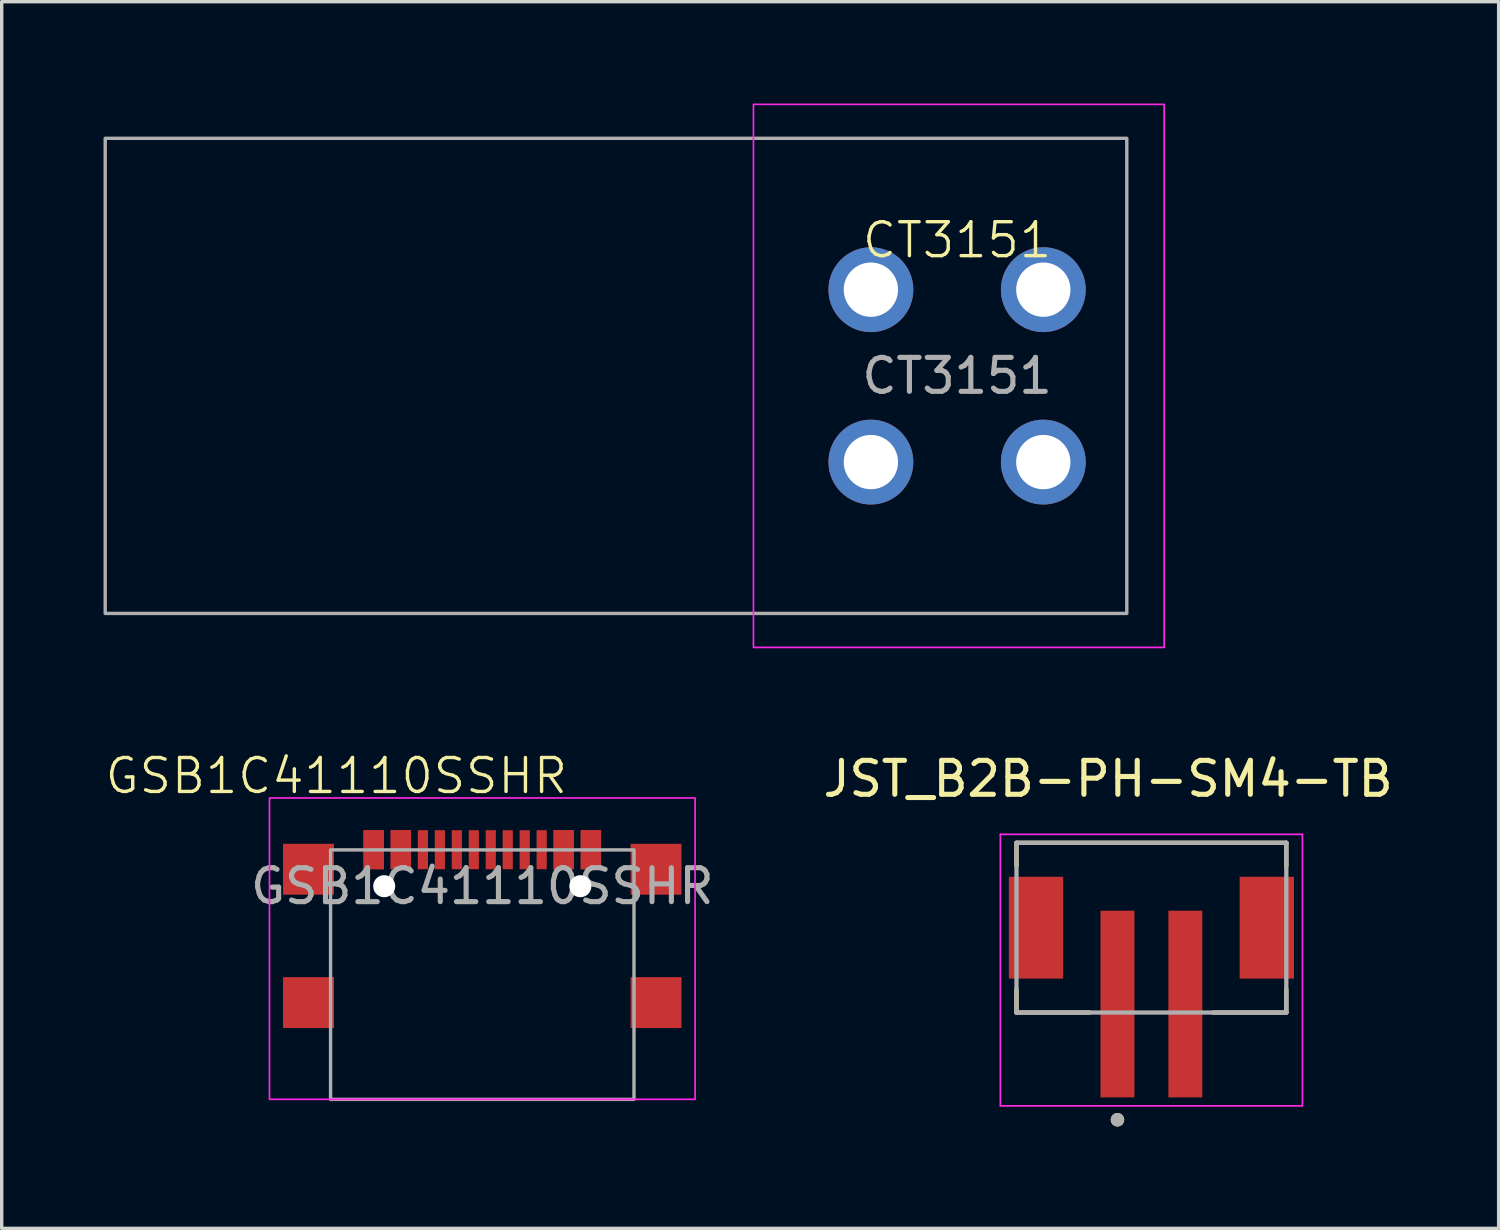
<source format=kicad_pcb>
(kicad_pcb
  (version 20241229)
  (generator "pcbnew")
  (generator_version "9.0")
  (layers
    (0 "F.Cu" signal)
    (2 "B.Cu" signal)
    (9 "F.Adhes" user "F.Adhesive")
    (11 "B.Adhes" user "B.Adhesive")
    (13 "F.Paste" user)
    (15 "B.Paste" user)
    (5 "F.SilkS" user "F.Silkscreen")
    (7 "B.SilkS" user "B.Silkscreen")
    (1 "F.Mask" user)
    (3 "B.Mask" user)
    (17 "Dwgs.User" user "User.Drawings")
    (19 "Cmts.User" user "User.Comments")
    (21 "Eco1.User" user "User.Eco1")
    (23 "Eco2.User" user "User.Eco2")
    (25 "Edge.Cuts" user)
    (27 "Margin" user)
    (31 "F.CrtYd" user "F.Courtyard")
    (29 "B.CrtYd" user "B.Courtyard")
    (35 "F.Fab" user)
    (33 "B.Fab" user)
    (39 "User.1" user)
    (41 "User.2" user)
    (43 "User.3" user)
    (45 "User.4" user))
  (footprint "GSB1C41110SSHR"
    (layer "F.Cu")
    (at 11.16 23.061)
    (property "Reference" "GSB1C41110SSHR" (at -4.3 -3.25 0) (unlocked yes) (layer "F.SilkS") (effects (font (size 1 1) (thickness 0.1))))
    (attr smd)
    (fp_rect (start -6.27 -2.6) (end 6.27 6.28) (stroke (width 0.05) (type default)) (fill no) (layer "F.CrtYd"))
    (fp_rect (start -4.47 -1.07) (end 4.47 6.28) (stroke (width 0.1) (type default)) (fill no) (layer "F.Fab"))
    (fp_text user "${REFERENCE}" (at 0 0 0) (unlocked yes) (layer "F.Fab") (effects (font (size 1 1) (thickness 0.15))))
    (pad "" np_thru_hole circle (at -2.89 0) (size 0.65 0.65) (drill 0.65) (layers "*.Cu" "*.Mask"))
    (pad "" np_thru_hole circle (at 2.89 0) (size 0.65 0.65) (drill 0.65) (layers "*.Cu" "*.Mask"))
    (pad "A1" smd rect (at -3.2 -1.075) (size 0.6 1.15) (layers "F.Cu" "F.Mask" "F.Paste"))
    (pad "A4" smd rect (at -2.4 -1.075) (size 0.6 1.15) (layers "F.Cu" "F.Mask" "F.Paste"))
    (pad "A5" smd rect (at -1.25 -1.075) (size 0.3 1.15) (layers "F.Cu" "F.Mask" "F.Paste"))
    (pad "A6" smd rect (at -0.25 -1.075) (size 0.3 1.15) (layers "F.Cu" "F.Mask" "F.Paste"))
    (pad "A7" smd rect (at 0.25 -1.075) (size 0.3 1.15) (layers "F.Cu" "F.Mask" "F.Paste"))
    (pad "A8" smd rect (at 1.25 -1.075) (size 0.3 1.15) (layers "F.Cu" "F.Mask" "F.Paste"))
    (pad "A9" smd rect (at 2.4 -1.075) (size 0.6 1.15) (layers "F.Cu" "F.Mask" "F.Paste"))
    (pad "A12" smd rect (at 3.2 -1.075) (size 0.6 1.15) (layers "F.Cu" "F.Mask" "F.Paste"))
    (pad "B1" smd rect (at 3.2 -1.075) (size 0.6 1.15) (layers "F.Cu" "F.Mask" "F.Paste"))
    (pad "B4" smd rect (at 2.4 -1.075) (size 0.6 1.15) (layers "F.Cu" "F.Mask" "F.Paste"))
    (pad "B5" smd rect (at 1.75 -1.075) (size 0.3 1.15) (layers "F.Cu" "F.Mask" "F.Paste"))
    (pad "B6" smd rect (at 0.75 -1.075) (size 0.3 1.15) (layers "F.Cu" "F.Mask" "F.Paste"))
    (pad "B7" smd rect (at -0.75 -1.075) (size 0.3 1.15) (layers "F.Cu" "F.Mask" "F.Paste"))
    (pad "B8" smd rect (at -1.75 -1.075) (size 0.3 1.15) (layers "F.Cu" "F.Mask" "F.Paste"))
    (pad "B9" smd rect (at -2.4 -1.075) (size 0.6 1.15) (layers "F.Cu" "F.Mask" "F.Paste"))
    (pad "B12" smd rect (at -3.2 -1.075) (size 0.6 1.15) (layers "F.Cu" "F.Mask" "F.Paste"))
    (pad "S1" smd rect (at -5.12 -0.5 90) (size 1.5 1.5) (layers "F.Cu" "F.Mask" "F.Paste"))
    (pad "S1" smd rect (at -5.12 3.43) (size 1.5 1.5) (layers "F.Cu" "F.Mask" "F.Paste"))
    (pad "S1" smd rect (at 5.12 -0.5) (size 1.5 1.5) (layers "F.Cu" "F.Mask" "F.Paste"))
    (pad "S1" smd rect (at 5.12 3.43) (size 1.5 1.5) (layers "F.Cu" "F.Mask" "F.Paste")))
  (footprint "JST_B2B-PH-SM4-TB"
    (layer "F.Cu")
    (at 30.875 24.283)
    (property "Reference" "JST_B2B-PH-SM4-TB" (at -1.275 -4.385 0) (layer "F.SilkS") (effects (font (size 1 1) (thickness 0.15))))
    (attr smd)
    (fp_line (start -3.975 -2.5) (end 3.975 -2.5) (stroke (width 0.127) (type solid)) (layer "F.SilkS"))
    (fp_line (start -3.975 -1.82) (end -3.975 -2.5) (stroke (width 0.127) (type solid)) (layer "F.SilkS"))
    (fp_line (start -3.975 2.5) (end -3.975 1.82) (stroke (width 0.127) (type solid)) (layer "F.SilkS"))
    (fp_line (start -1.82 2.5) (end -3.975 2.5) (stroke (width 0.127) (type solid)) (layer "F.SilkS"))
    (fp_line (start 3.975 -2.5) (end 3.975 -1.82) (stroke (width 0.127) (type solid)) (layer "F.SilkS"))
    (fp_line (start 3.975 2.5) (end 1.82 2.5) (stroke (width 0.127) (type solid)) (layer "F.SilkS"))
    (fp_line (start 3.975 2.5) (end 3.975 1.82) (stroke (width 0.127) (type solid)) (layer "F.SilkS"))
    (fp_circle (center -1 5.66) (end -0.9 5.66) (stroke (width 0.2) (type solid)) (fill no) (layer "F.SilkS"))
    (fp_line (start -4.45 -2.75) (end -4.45 5.25) (stroke (width 0.05) (type solid)) (layer "F.CrtYd"))
    (fp_line (start -4.45 5.25) (end 4.45 5.25) (stroke (width 0.05) (type solid)) (layer "F.CrtYd"))
    (fp_line (start 4.45 -2.75) (end -4.45 -2.75) (stroke (width 0.05) (type solid)) (layer "F.CrtYd"))
    (fp_line (start 4.45 5.25) (end 4.45 -2.75) (stroke (width 0.05) (type solid)) (layer "F.CrtYd"))
    (fp_line (start -3.975 -2.5) (end 3.975 -2.5) (stroke (width 0.127) (type solid)) (layer "F.Fab"))
    (fp_line (start -3.975 2.5) (end -3.975 -2.5) (stroke (width 0.127) (type solid)) (layer "F.Fab"))
    (fp_line (start 3.975 -2.5) (end 3.975 2.5) (stroke (width 0.127) (type solid)) (layer "F.Fab"))
    (fp_line (start 3.975 2.5) (end -3.975 2.5) (stroke (width 0.127) (type solid)) (layer "F.Fab"))
    (fp_circle (center -1 5.66) (end -0.9 5.66) (stroke (width 0.2) (type solid)) (fill no) (layer "F.Fab"))
    (pad "1" smd rect (at -1 2.25) (size 1 5.5) (layers "F.Cu" "F.Mask" "F.Paste"))
    (pad "2" smd rect (at 1 2.25) (size 1 5.5) (layers "F.Cu" "F.Mask" "F.Paste"))
    (pad "S1" smd rect (at -3.4 0) (size 1.6 3) (layers "F.Cu" "F.Mask" "F.Paste"))
    (pad "S2" smd rect (at 3.4 0) (size 1.6 3) (layers "F.Cu" "F.Mask" "F.Paste")))
  (footprint "CT3151"
    (layer "F.Cu")
    (at 25.15 8.025)
    (property "Reference" "CT3151" (at 0 -4 0) (unlocked yes) (layer "F.SilkS") (effects (font (size 1 1) (thickness 0.1))))
    (attr through_hole)
    (fp_rect (start -6 -8) (end 6.1 8) (stroke (width 0.05) (type default)) (fill no) (layer "F.CrtYd"))
    (fp_rect (start -25.1 -7) (end 5 7) (stroke (width 0.1) (type default)) (fill no) (layer "F.Fab"))
    (fp_text user "${REFERENCE}" (at 0 0 0) (unlocked yes) (layer "F.Fab") (effects (font (size 1 1) (thickness 0.15))))
    (pad "1" thru_hole circle (at -2.54 -2.54) (size 2.5 2.5) (drill 1.6) (layers "*.Cu" "*.Mask"))
    (pad "1" thru_hole circle (at -2.54 2.54) (size 2.5 2.5) (drill 1.6) (layers "*.Cu" "*.Mask"))
    (pad "1" thru_hole circle (at 2.54 -2.54) (size 2.5 2.5) (drill 1.6) (layers "*.Cu" "*.Mask"))
    (pad "1" thru_hole circle (at 2.54 2.54) (size 2.5 2.5) (drill 1.6) (layers "*.Cu" "*.Mask")))
  (gr_rect
    (start -3 -3)
    (end 41.106 33.143)
    (stroke (width 0.1) (type default))
    (fill no)
    (layer "Edge.Cuts")))
</source>
